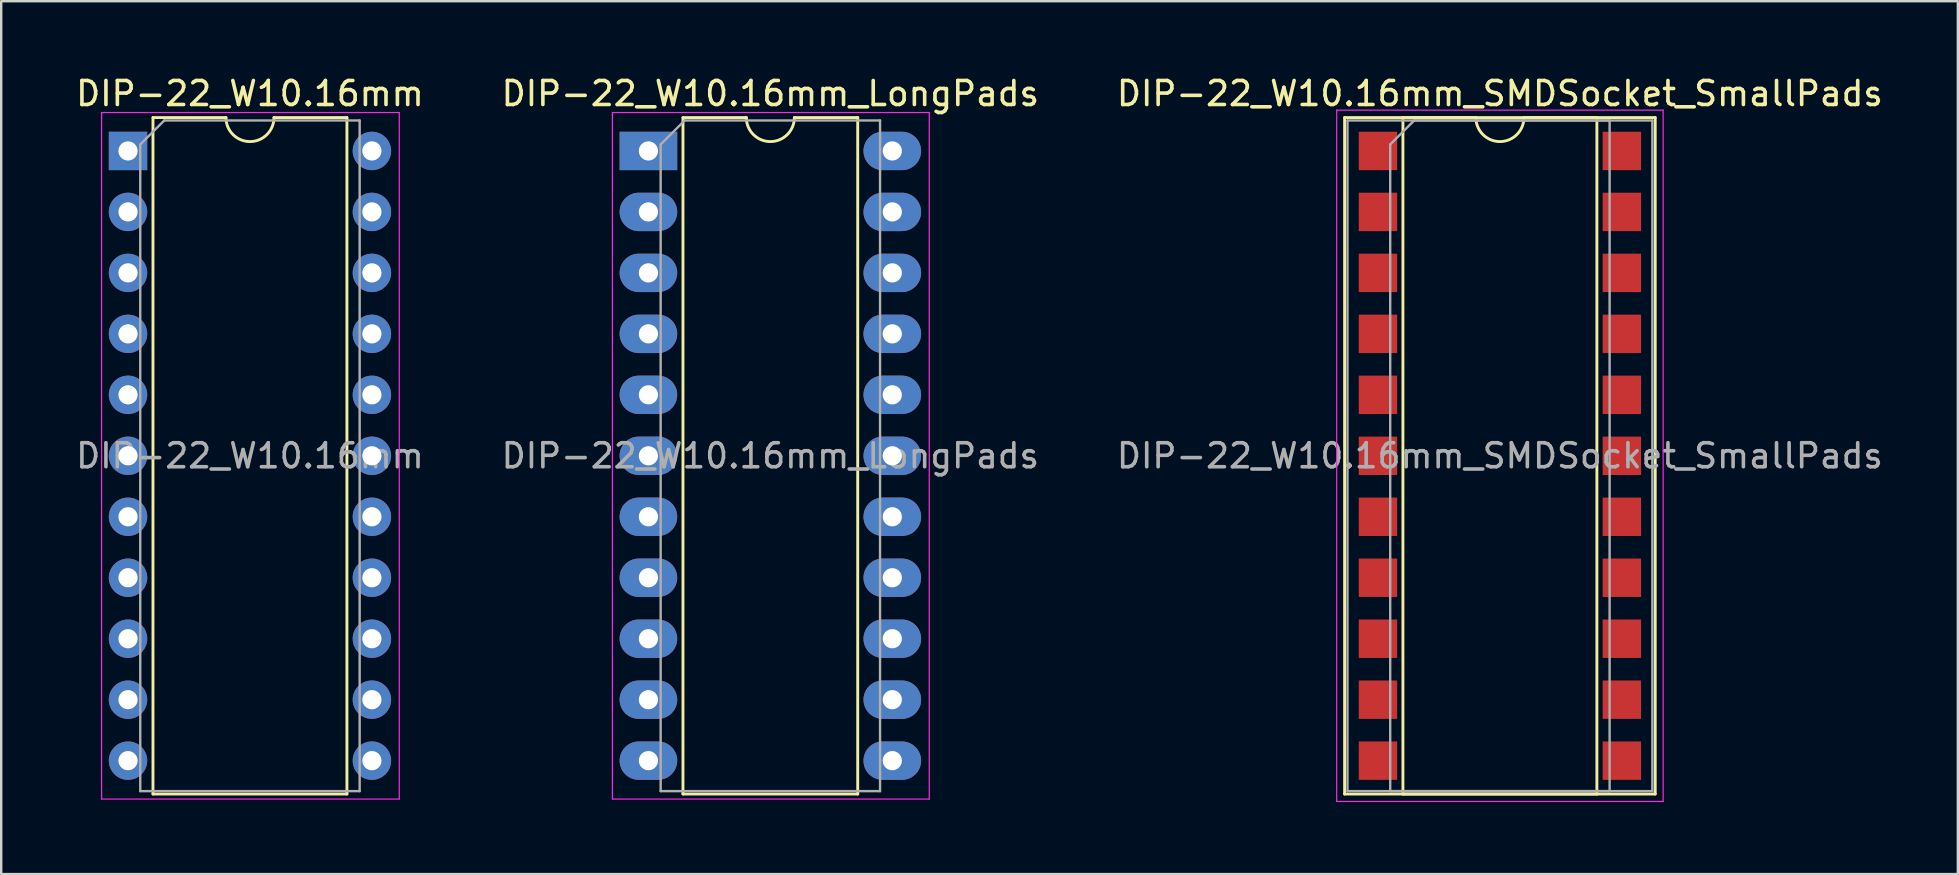
<source format=kicad_pcb>
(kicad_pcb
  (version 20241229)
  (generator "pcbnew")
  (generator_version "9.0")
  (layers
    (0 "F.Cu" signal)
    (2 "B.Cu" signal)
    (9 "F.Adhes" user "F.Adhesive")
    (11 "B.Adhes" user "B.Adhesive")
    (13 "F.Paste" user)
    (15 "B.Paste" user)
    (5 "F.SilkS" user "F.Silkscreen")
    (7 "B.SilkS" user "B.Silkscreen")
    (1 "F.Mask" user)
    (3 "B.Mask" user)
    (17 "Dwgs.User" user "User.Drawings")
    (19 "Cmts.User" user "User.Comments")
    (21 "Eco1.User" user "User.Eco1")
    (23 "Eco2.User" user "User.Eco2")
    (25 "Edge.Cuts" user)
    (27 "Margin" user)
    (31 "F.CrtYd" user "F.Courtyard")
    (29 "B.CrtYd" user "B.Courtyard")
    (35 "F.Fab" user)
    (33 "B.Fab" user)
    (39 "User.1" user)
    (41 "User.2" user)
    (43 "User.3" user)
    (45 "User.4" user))
  (footprint "DIP-22_W10.16mm_SMDSocket_SmallPads"
    (layer "F.Cu")
    (at 59.435 15.938)
    (property "Reference" "DIP-22_W10.16mm_SMDSocket_SmallPads" (at 0 -15.09 0) (layer "F.SilkS") (effects (font (size 1 1) (thickness 0.15))))
    (attr smd)
    (fp_line (start -6.47 -14.09) (end -6.47 14.09) (stroke (width 0.12) (type solid)) (layer "F.SilkS"))
    (fp_line (start -6.47 14.09) (end 6.47 14.09) (stroke (width 0.12) (type solid)) (layer "F.SilkS"))
    (fp_line (start -4.04 -14.09) (end -4.04 14.09) (stroke (width 0.12) (type solid)) (layer "F.SilkS"))
    (fp_line (start -4.04 14.09) (end 4.04 14.09) (stroke (width 0.12) (type solid)) (layer "F.SilkS"))
    (fp_line (start -1 -14.09) (end -4.04 -14.09) (stroke (width 0.12) (type solid)) (layer "F.SilkS"))
    (fp_line (start 4.04 -14.09) (end 1 -14.09) (stroke (width 0.12) (type solid)) (layer "F.SilkS"))
    (fp_line (start 4.04 14.09) (end 4.04 -14.09) (stroke (width 0.12) (type solid)) (layer "F.SilkS"))
    (fp_line (start 6.47 -14.09) (end -6.47 -14.09) (stroke (width 0.12) (type solid)) (layer "F.SilkS"))
    (fp_line (start 6.47 14.09) (end 6.47 -14.09) (stroke (width 0.12) (type solid)) (layer "F.SilkS"))
    (fp_arc (start 1 -14.09) (mid 0 -13.09) (end -1 -14.09) (stroke (width 0.12) (type solid)) (layer "F.SilkS"))
    (fp_line (start -6.8 -14.4) (end -6.8 14.4) (stroke (width 0.05) (type solid)) (layer "F.CrtYd"))
    (fp_line (start -6.8 14.4) (end 6.8 14.4) (stroke (width 0.05) (type solid)) (layer "F.CrtYd"))
    (fp_line (start 6.8 -14.4) (end -6.8 -14.4) (stroke (width 0.05) (type solid)) (layer "F.CrtYd"))
    (fp_line (start 6.8 14.4) (end 6.8 -14.4) (stroke (width 0.05) (type solid)) (layer "F.CrtYd"))
    (fp_line (start -6.35 -13.97) (end -6.35 13.97) (stroke (width 0.1) (type solid)) (layer "F.Fab"))
    (fp_line (start -6.35 13.97) (end 6.35 13.97) (stroke (width 0.1) (type solid)) (layer "F.Fab"))
    (fp_line (start -4.57 -12.97) (end -3.57 -13.97) (stroke (width 0.1) (type solid)) (layer "F.Fab"))
    (fp_line (start -4.57 13.97) (end -4.57 -12.97) (stroke (width 0.1) (type solid)) (layer "F.Fab"))
    (fp_line (start -3.57 -13.97) (end 4.57 -13.97) (stroke (width 0.1) (type solid)) (layer "F.Fab"))
    (fp_line (start 4.57 -13.97) (end 4.57 13.97) (stroke (width 0.1) (type solid)) (layer "F.Fab"))
    (fp_line (start 4.57 13.97) (end -4.57 13.97) (stroke (width 0.1) (type solid)) (layer "F.Fab"))
    (fp_line (start 6.35 -13.97) (end -6.35 -13.97) (stroke (width 0.1) (type solid)) (layer "F.Fab"))
    (fp_line (start 6.35 13.97) (end 6.35 -13.97) (stroke (width 0.1) (type solid)) (layer "F.Fab"))
    (fp_text user "${REFERENCE}" (at 0 0 0) (layer "F.Fab") (effects (font (size 1 1) (thickness 0.15))))
    (pad "1" smd rect (at -5.08 -12.7) (size 1.6 1.6) (layers "F.Cu" "F.Mask" "F.Paste"))
    (pad "2" smd rect (at -5.08 -10.16) (size 1.6 1.6) (layers "F.Cu" "F.Mask" "F.Paste"))
    (pad "3" smd rect (at -5.08 -7.62) (size 1.6 1.6) (layers "F.Cu" "F.Mask" "F.Paste"))
    (pad "4" smd rect (at -5.08 -5.08) (size 1.6 1.6) (layers "F.Cu" "F.Mask" "F.Paste"))
    (pad "5" smd rect (at -5.08 -2.54) (size 1.6 1.6) (layers "F.Cu" "F.Mask" "F.Paste"))
    (pad "6" smd rect (at -5.08 0) (size 1.6 1.6) (layers "F.Cu" "F.Mask" "F.Paste"))
    (pad "7" smd rect (at -5.08 2.54) (size 1.6 1.6) (layers "F.Cu" "F.Mask" "F.Paste"))
    (pad "8" smd rect (at -5.08 5.08) (size 1.6 1.6) (layers "F.Cu" "F.Mask" "F.Paste"))
    (pad "9" smd rect (at -5.08 7.62) (size 1.6 1.6) (layers "F.Cu" "F.Mask" "F.Paste"))
    (pad "10" smd rect (at -5.08 10.16) (size 1.6 1.6) (layers "F.Cu" "F.Mask" "F.Paste"))
    (pad "11" smd rect (at -5.08 12.7) (size 1.6 1.6) (layers "F.Cu" "F.Mask" "F.Paste"))
    (pad "12" smd rect (at 5.08 12.7) (size 1.6 1.6) (layers "F.Cu" "F.Mask" "F.Paste"))
    (pad "13" smd rect (at 5.08 10.16) (size 1.6 1.6) (layers "F.Cu" "F.Mask" "F.Paste"))
    (pad "14" smd rect (at 5.08 7.62) (size 1.6 1.6) (layers "F.Cu" "F.Mask" "F.Paste"))
    (pad "15" smd rect (at 5.08 5.08) (size 1.6 1.6) (layers "F.Cu" "F.Mask" "F.Paste"))
    (pad "16" smd rect (at 5.08 2.54) (size 1.6 1.6) (layers "F.Cu" "F.Mask" "F.Paste"))
    (pad "17" smd rect (at 5.08 0) (size 1.6 1.6) (layers "F.Cu" "F.Mask" "F.Paste"))
    (pad "18" smd rect (at 5.08 -2.54) (size 1.6 1.6) (layers "F.Cu" "F.Mask" "F.Paste"))
    (pad "19" smd rect (at 5.08 -5.08) (size 1.6 1.6) (layers "F.Cu" "F.Mask" "F.Paste"))
    (pad "20" smd rect (at 5.08 -7.62) (size 1.6 1.6) (layers "F.Cu" "F.Mask" "F.Paste"))
    (pad "21" smd rect (at 5.08 -10.16) (size 1.6 1.6) (layers "F.Cu" "F.Mask" "F.Paste"))
    (pad "22" smd rect (at 5.08 -12.7) (size 1.6 1.6) (layers "F.Cu" "F.Mask" "F.Paste")))
  (footprint "DIP-22_W10.16mm"
    (layer "F.Cu")
    (at 2.283 3.238)
    (property "Reference" "DIP-22_W10.16mm" (at 5.08 -2.39 0) (layer "F.SilkS") (effects (font (size 1 1) (thickness 0.15))))
    (attr through_hole)
    (fp_line (start 1.04 -1.39) (end 1.04 26.79) (stroke (width 0.12) (type solid)) (layer "F.SilkS"))
    (fp_line (start 1.04 26.79) (end 9.12 26.79) (stroke (width 0.12) (type solid)) (layer "F.SilkS"))
    (fp_line (start 4.08 -1.39) (end 1.04 -1.39) (stroke (width 0.12) (type solid)) (layer "F.SilkS"))
    (fp_line (start 9.12 -1.39) (end 6.08 -1.39) (stroke (width 0.12) (type solid)) (layer "F.SilkS"))
    (fp_line (start 9.12 26.79) (end 9.12 -1.39) (stroke (width 0.12) (type solid)) (layer "F.SilkS"))
    (fp_arc (start 6.08 -1.39) (mid 5.08 -0.39) (end 4.08 -1.39) (stroke (width 0.12) (type solid)) (layer "F.SilkS"))
    (fp_line (start -1.1 -1.6) (end -1.1 27) (stroke (width 0.05) (type solid)) (layer "F.CrtYd"))
    (fp_line (start -1.1 27) (end 11.3 27) (stroke (width 0.05) (type solid)) (layer "F.CrtYd"))
    (fp_line (start 11.3 -1.6) (end -1.1 -1.6) (stroke (width 0.05) (type solid)) (layer "F.CrtYd"))
    (fp_line (start 11.3 27) (end 11.3 -1.6) (stroke (width 0.05) (type solid)) (layer "F.CrtYd"))
    (fp_line (start 0.51 -0.27) (end 1.51 -1.27) (stroke (width 0.1) (type solid)) (layer "F.Fab"))
    (fp_line (start 0.51 26.67) (end 0.51 -0.27) (stroke (width 0.1) (type solid)) (layer "F.Fab"))
    (fp_line (start 1.51 -1.27) (end 9.65 -1.27) (stroke (width 0.1) (type solid)) (layer "F.Fab"))
    (fp_line (start 9.65 -1.27) (end 9.65 26.67) (stroke (width 0.1) (type solid)) (layer "F.Fab"))
    (fp_line (start 9.65 26.67) (end 0.51 26.67) (stroke (width 0.1) (type solid)) (layer "F.Fab"))
    (fp_text user "${REFERENCE}" (at 5.08 12.7 0) (layer "F.Fab") (effects (font (size 1 1) (thickness 0.15))))
    (pad "1" thru_hole rect (at 0 0) (size 1.6 1.6) (drill 0.8) (layers "*.Cu" "*.Mask"))
    (pad "2" thru_hole oval (at 0 2.54) (size 1.6 1.6) (drill 0.8) (layers "*.Cu" "*.Mask"))
    (pad "3" thru_hole oval (at 0 5.08) (size 1.6 1.6) (drill 0.8) (layers "*.Cu" "*.Mask"))
    (pad "4" thru_hole oval (at 0 7.62) (size 1.6 1.6) (drill 0.8) (layers "*.Cu" "*.Mask"))
    (pad "5" thru_hole oval (at 0 10.16) (size 1.6 1.6) (drill 0.8) (layers "*.Cu" "*.Mask"))
    (pad "6" thru_hole oval (at 0 12.7) (size 1.6 1.6) (drill 0.8) (layers "*.Cu" "*.Mask"))
    (pad "7" thru_hole oval (at 0 15.24) (size 1.6 1.6) (drill 0.8) (layers "*.Cu" "*.Mask"))
    (pad "8" thru_hole oval (at 0 17.78) (size 1.6 1.6) (drill 0.8) (layers "*.Cu" "*.Mask"))
    (pad "9" thru_hole oval (at 0 20.32) (size 1.6 1.6) (drill 0.8) (layers "*.Cu" "*.Mask"))
    (pad "10" thru_hole oval (at 0 22.86) (size 1.6 1.6) (drill 0.8) (layers "*.Cu" "*.Mask"))
    (pad "11" thru_hole oval (at 0 25.4) (size 1.6 1.6) (drill 0.8) (layers "*.Cu" "*.Mask"))
    (pad "12" thru_hole oval (at 10.16 25.4) (size 1.6 1.6) (drill 0.8) (layers "*.Cu" "*.Mask"))
    (pad "13" thru_hole oval (at 10.16 22.86) (size 1.6 1.6) (drill 0.8) (layers "*.Cu" "*.Mask"))
    (pad "14" thru_hole oval (at 10.16 20.32) (size 1.6 1.6) (drill 0.8) (layers "*.Cu" "*.Mask"))
    (pad "15" thru_hole oval (at 10.16 17.78) (size 1.6 1.6) (drill 0.8) (layers "*.Cu" "*.Mask"))
    (pad "16" thru_hole oval (at 10.16 15.24) (size 1.6 1.6) (drill 0.8) (layers "*.Cu" "*.Mask"))
    (pad "17" thru_hole oval (at 10.16 12.7) (size 1.6 1.6) (drill 0.8) (layers "*.Cu" "*.Mask"))
    (pad "18" thru_hole oval (at 10.16 10.16) (size 1.6 1.6) (drill 0.8) (layers "*.Cu" "*.Mask"))
    (pad "19" thru_hole oval (at 10.16 7.62) (size 1.6 1.6) (drill 0.8) (layers "*.Cu" "*.Mask"))
    (pad "20" thru_hole oval (at 10.16 5.08) (size 1.6 1.6) (drill 0.8) (layers "*.Cu" "*.Mask"))
    (pad "21" thru_hole oval (at 10.16 2.54) (size 1.6 1.6) (drill 0.8) (layers "*.Cu" "*.Mask"))
    (pad "22" thru_hole oval (at 10.16 0) (size 1.6 1.6) (drill 0.8) (layers "*.Cu" "*.Mask")))
  (footprint "DIP-22_W10.16mm_LongPads"
    (layer "F.Cu")
    (at 23.962 3.238)
    (property "Reference" "DIP-22_W10.16mm_LongPads" (at 5.08 -2.39 0) (layer "F.SilkS") (effects (font (size 1 1) (thickness 0.15))))
    (attr through_hole)
    (fp_line (start 1.44 -1.39) (end 1.44 26.79) (stroke (width 0.12) (type solid)) (layer "F.SilkS"))
    (fp_line (start 1.44 26.79) (end 8.72 26.79) (stroke (width 0.12) (type solid)) (layer "F.SilkS"))
    (fp_line (start 4.08 -1.39) (end 1.44 -1.39) (stroke (width 0.12) (type solid)) (layer "F.SilkS"))
    (fp_line (start 8.72 -1.39) (end 6.08 -1.39) (stroke (width 0.12) (type solid)) (layer "F.SilkS"))
    (fp_line (start 8.72 26.79) (end 8.72 -1.39) (stroke (width 0.12) (type solid)) (layer "F.SilkS"))
    (fp_arc (start 6.08 -1.39) (mid 5.08 -0.39) (end 4.08 -1.39) (stroke (width 0.12) (type solid)) (layer "F.SilkS"))
    (fp_line (start -1.5 -1.6) (end -1.5 27) (stroke (width 0.05) (type solid)) (layer "F.CrtYd"))
    (fp_line (start -1.5 27) (end 11.7 27) (stroke (width 0.05) (type solid)) (layer "F.CrtYd"))
    (fp_line (start 11.7 -1.6) (end -1.5 -1.6) (stroke (width 0.05) (type solid)) (layer "F.CrtYd"))
    (fp_line (start 11.7 27) (end 11.7 -1.6) (stroke (width 0.05) (type solid)) (layer "F.CrtYd"))
    (fp_line (start 0.51 -0.27) (end 1.51 -1.27) (stroke (width 0.1) (type solid)) (layer "F.Fab"))
    (fp_line (start 0.51 26.67) (end 0.51 -0.27) (stroke (width 0.1) (type solid)) (layer "F.Fab"))
    (fp_line (start 1.51 -1.27) (end 9.65 -1.27) (stroke (width 0.1) (type solid)) (layer "F.Fab"))
    (fp_line (start 9.65 -1.27) (end 9.65 26.67) (stroke (width 0.1) (type solid)) (layer "F.Fab"))
    (fp_line (start 9.65 26.67) (end 0.51 26.67) (stroke (width 0.1) (type solid)) (layer "F.Fab"))
    (fp_text user "${REFERENCE}" (at 5.08 12.7 0) (layer "F.Fab") (effects (font (size 1 1) (thickness 0.15))))
    (pad "1" thru_hole rect (at 0 0) (size 2.4 1.6) (drill 0.8) (layers "*.Cu" "*.Mask"))
    (pad "2" thru_hole oval (at 0 2.54) (size 2.4 1.6) (drill 0.8) (layers "*.Cu" "*.Mask"))
    (pad "3" thru_hole oval (at 0 5.08) (size 2.4 1.6) (drill 0.8) (layers "*.Cu" "*.Mask"))
    (pad "4" thru_hole oval (at 0 7.62) (size 2.4 1.6) (drill 0.8) (layers "*.Cu" "*.Mask"))
    (pad "5" thru_hole oval (at 0 10.16) (size 2.4 1.6) (drill 0.8) (layers "*.Cu" "*.Mask"))
    (pad "6" thru_hole oval (at 0 12.7) (size 2.4 1.6) (drill 0.8) (layers "*.Cu" "*.Mask"))
    (pad "7" thru_hole oval (at 0 15.24) (size 2.4 1.6) (drill 0.8) (layers "*.Cu" "*.Mask"))
    (pad "8" thru_hole oval (at 0 17.78) (size 2.4 1.6) (drill 0.8) (layers "*.Cu" "*.Mask"))
    (pad "9" thru_hole oval (at 0 20.32) (size 2.4 1.6) (drill 0.8) (layers "*.Cu" "*.Mask"))
    (pad "10" thru_hole oval (at 0 22.86) (size 2.4 1.6) (drill 0.8) (layers "*.Cu" "*.Mask"))
    (pad "11" thru_hole oval (at 0 25.4) (size 2.4 1.6) (drill 0.8) (layers "*.Cu" "*.Mask"))
    (pad "12" thru_hole oval (at 10.16 25.4) (size 2.4 1.6) (drill 0.8) (layers "*.Cu" "*.Mask"))
    (pad "13" thru_hole oval (at 10.16 22.86) (size 2.4 1.6) (drill 0.8) (layers "*.Cu" "*.Mask"))
    (pad "14" thru_hole oval (at 10.16 20.32) (size 2.4 1.6) (drill 0.8) (layers "*.Cu" "*.Mask"))
    (pad "15" thru_hole oval (at 10.16 17.78) (size 2.4 1.6) (drill 0.8) (layers "*.Cu" "*.Mask"))
    (pad "16" thru_hole oval (at 10.16 15.24) (size 2.4 1.6) (drill 0.8) (layers "*.Cu" "*.Mask"))
    (pad "17" thru_hole oval (at 10.16 12.7) (size 2.4 1.6) (drill 0.8) (layers "*.Cu" "*.Mask"))
    (pad "18" thru_hole oval (at 10.16 10.16) (size 2.4 1.6) (drill 0.8) (layers "*.Cu" "*.Mask"))
    (pad "19" thru_hole oval (at 10.16 7.62) (size 2.4 1.6) (drill 0.8) (layers "*.Cu" "*.Mask"))
    (pad "20" thru_hole oval (at 10.16 5.08) (size 2.4 1.6) (drill 0.8) (layers "*.Cu" "*.Mask"))
    (pad "21" thru_hole oval (at 10.16 2.54) (size 2.4 1.6) (drill 0.8) (layers "*.Cu" "*.Mask"))
    (pad "22" thru_hole oval (at 10.16 0) (size 2.4 1.6) (drill 0.8) (layers "*.Cu" "*.Mask")))
  (gr_rect
    (start -3 -3)
    (end 78.512 33.363)
    (stroke (width 0.1) (type default))
    (fill no)
    (layer "Edge.Cuts")))
</source>
